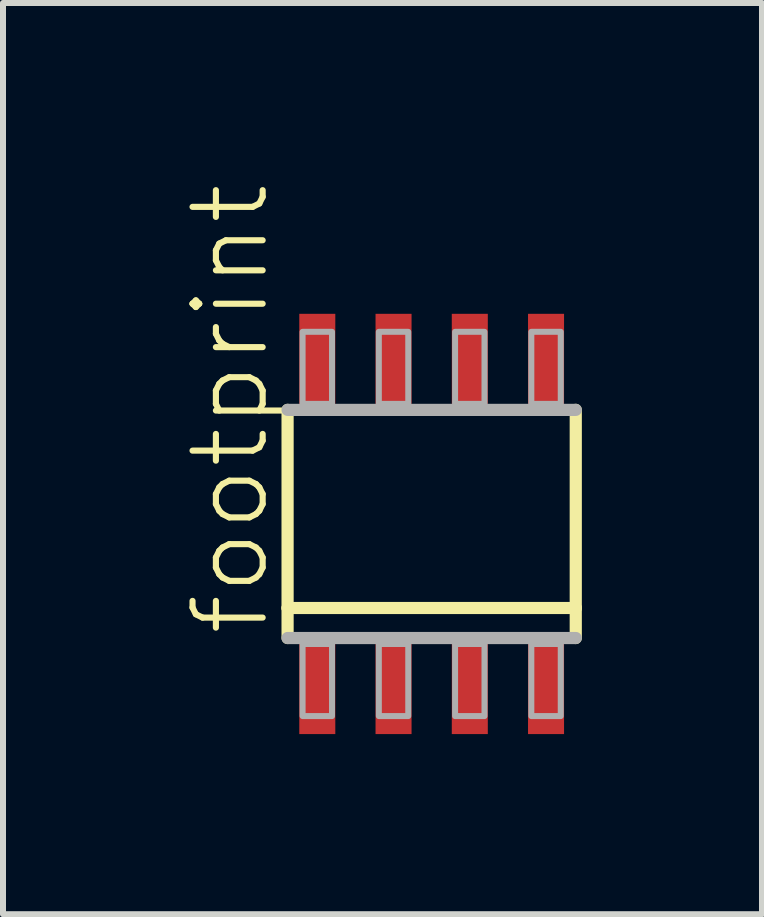
<source format=kicad_pcb>
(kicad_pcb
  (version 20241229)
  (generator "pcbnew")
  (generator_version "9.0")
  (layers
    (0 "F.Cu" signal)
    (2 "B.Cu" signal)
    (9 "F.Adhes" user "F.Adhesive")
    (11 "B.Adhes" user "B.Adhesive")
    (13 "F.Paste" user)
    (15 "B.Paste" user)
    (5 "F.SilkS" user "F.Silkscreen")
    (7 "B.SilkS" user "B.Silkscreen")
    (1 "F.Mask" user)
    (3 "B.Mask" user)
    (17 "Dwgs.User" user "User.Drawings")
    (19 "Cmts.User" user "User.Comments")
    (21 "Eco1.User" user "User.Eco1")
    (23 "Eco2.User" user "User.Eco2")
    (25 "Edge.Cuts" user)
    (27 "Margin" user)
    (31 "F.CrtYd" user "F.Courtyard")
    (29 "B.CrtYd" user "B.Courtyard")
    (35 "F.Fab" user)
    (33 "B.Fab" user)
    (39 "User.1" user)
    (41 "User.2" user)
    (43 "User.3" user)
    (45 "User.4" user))
  (footprint "footprint"
    (layer "F.Cu")
    (at 4.14 5.677)
    (property "Reference" "footprint" (at -2.667 1.905 90) (layer "F.SilkS") (effects (font (size 1.168 1.168) (thickness 0.102)) (justify left bottom)))
    (fp_line (start -2.4 1.4) (end -2.4 -1.9) (stroke (width 0.203) (type solid)) (layer "F.SilkS"))
    (fp_line (start -2.4 1.9) (end -2.4 1.4) (stroke (width 0.203) (type solid)) (layer "F.SilkS"))
    (fp_line (start 2.4 -1.9) (end 2.4 1.4) (stroke (width 0.203) (type solid)) (layer "F.SilkS"))
    (fp_line (start 2.4 1.4) (end -2.4 1.4) (stroke (width 0.203) (type solid)) (layer "F.SilkS"))
    (fp_line (start 2.4 1.4) (end 2.4 1.9) (stroke (width 0.203) (type solid)) (layer "F.SilkS"))
    (fp_line (start -2.4 -1.9) (end 2.4 -1.9) (stroke (width 0.203) (type solid)) (layer "F.Fab"))
    (fp_line (start 2.4 1.9) (end -2.4 1.9) (stroke (width 0.203) (type solid)) (layer "F.Fab"))
    (fp_poly (pts (xy -2.15 -2) (xy -1.66 -2) (xy -1.66 -3.2) (xy -2.15 -3.2)) (stroke (width 0.1) (type solid)) (fill no) (layer "F.Fab"))
    (fp_poly (pts (xy -2.15 3.2) (xy -1.66 3.2) (xy -1.66 2) (xy -2.15 2)) (stroke (width 0.1) (type solid)) (fill no) (layer "F.Fab"))
    (fp_poly (pts (xy -0.88 -2) (xy -0.39 -2) (xy -0.39 -3.2) (xy -0.88 -3.2)) (stroke (width 0.1) (type solid)) (fill no) (layer "F.Fab"))
    (fp_poly (pts (xy -0.88 3.2) (xy -0.39 3.2) (xy -0.39 2) (xy -0.88 2)) (stroke (width 0.1) (type solid)) (fill no) (layer "F.Fab"))
    (fp_poly (pts (xy 0.39 -2) (xy 0.88 -2) (xy 0.88 -3.2) (xy 0.39 -3.2)) (stroke (width 0.1) (type solid)) (fill no) (layer "F.Fab"))
    (fp_poly (pts (xy 0.39 3.2) (xy 0.88 3.2) (xy 0.88 2) (xy 0.39 2)) (stroke (width 0.1) (type solid)) (fill no) (layer "F.Fab"))
    (fp_poly (pts (xy 1.66 -2) (xy 2.15 -2) (xy 2.15 -3.2) (xy 1.66 -3.2)) (stroke (width 0.1) (type solid)) (fill no) (layer "F.Fab"))
    (fp_poly (pts (xy 1.66 3.2) (xy 2.15 3.2) (xy 2.15 2) (xy 1.66 2)) (stroke (width 0.1) (type solid)) (fill no) (layer "F.Fab"))
    (pad "1" smd rect (at -1.905 2.75) (size 0.6 1.5) (layers "F.Cu" "F.Mask" "F.Paste"))
    (pad "2" smd rect (at -0.635 2.75) (size 0.6 1.5) (layers "F.Cu" "F.Mask" "F.Paste"))
    (pad "3" smd rect (at 0.635 2.75) (size 0.6 1.5) (layers "F.Cu" "F.Mask" "F.Paste"))
    (pad "4" smd rect (at 1.905 2.75) (size 0.6 1.5) (layers "F.Cu" "F.Mask" "F.Paste"))
    (pad "5" smd rect (at 1.905 -2.75) (size 0.6 1.5) (layers "F.Cu" "F.Mask" "F.Paste"))
    (pad "6" smd rect (at 0.635 -2.75) (size 0.6 1.5) (layers "F.Cu" "F.Mask" "F.Paste"))
    (pad "7" smd rect (at -0.635 -2.75) (size 0.6 1.5) (layers "F.Cu" "F.Mask" "F.Paste"))
    (pad "8" smd rect (at -1.905 -2.75) (size 0.6 1.5) (layers "F.Cu" "F.Mask" "F.Paste")))
  (gr_rect
    (start -3 -3)
    (end 9.642 12.177)
    (stroke (width 0.1) (type default))
    (fill no)
    (layer "Edge.Cuts")))
</source>
